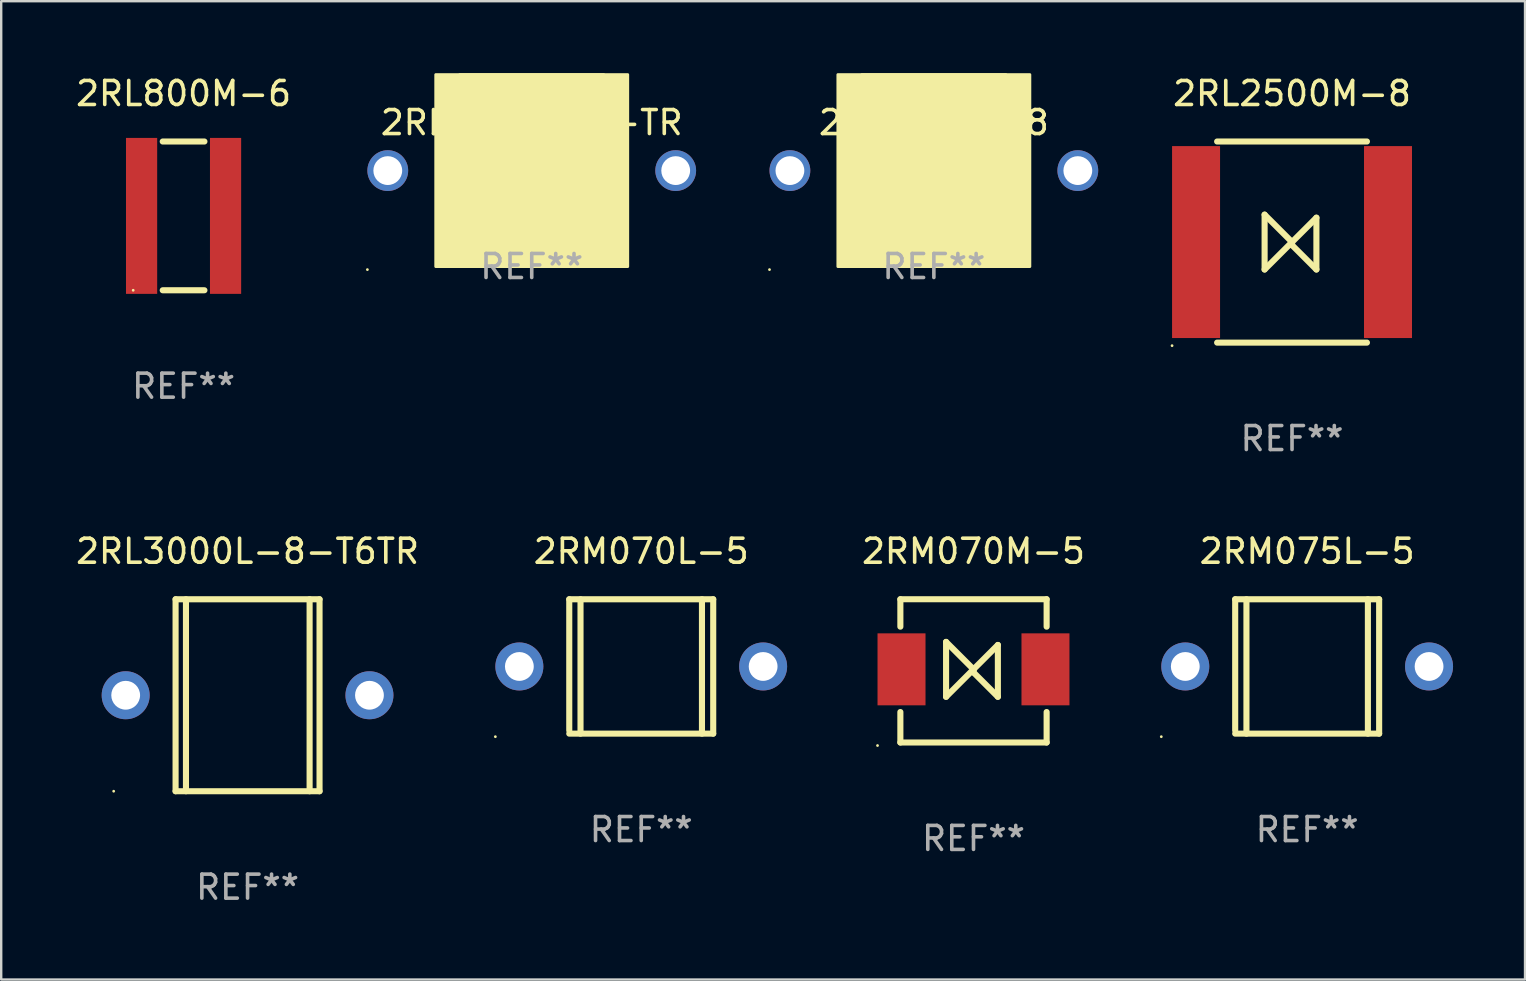
<source format=kicad_pcb>
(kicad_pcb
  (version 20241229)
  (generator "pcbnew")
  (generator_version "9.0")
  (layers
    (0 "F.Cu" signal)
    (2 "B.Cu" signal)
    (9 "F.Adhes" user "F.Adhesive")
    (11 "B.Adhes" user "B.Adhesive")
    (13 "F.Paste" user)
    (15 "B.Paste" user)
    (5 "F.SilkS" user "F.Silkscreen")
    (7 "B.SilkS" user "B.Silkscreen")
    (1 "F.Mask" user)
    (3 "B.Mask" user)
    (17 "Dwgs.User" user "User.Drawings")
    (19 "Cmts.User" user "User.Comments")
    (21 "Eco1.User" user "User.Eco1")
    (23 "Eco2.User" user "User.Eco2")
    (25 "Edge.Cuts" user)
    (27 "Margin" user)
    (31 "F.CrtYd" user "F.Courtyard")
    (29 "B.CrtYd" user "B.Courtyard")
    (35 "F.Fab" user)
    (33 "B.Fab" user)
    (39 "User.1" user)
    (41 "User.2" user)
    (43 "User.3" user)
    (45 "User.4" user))
  (footprint "2RL800M-6"
    (layer "F.Cu")
    (at 4.601 5.948)
    (property "Reference" "2RL800M-6" (at 0 -5.1 0) (layer "F.SilkS") (effects (font (size 1 1) (thickness 0.15))))
    (attr through_hole)
    (fp_line (start -0.869 -3.1) (end 0.869 -3.1) (stroke (width 0.254) (type solid)) (layer "F.SilkS"))
    (fp_line (start -0.869 3.1) (end 0.869 3.1) (stroke (width 0.254) (type solid)) (layer "F.SilkS"))
    (fp_circle (center -2.1 3.1) (end -2.07 3.1) (stroke (width 0.06) (type solid)) (fill no) (layer "F.SilkS"))
    (fp_text user "REF**" (at 0 7.1 0) (layer "F.Fab") (effects (font (size 1 1) (thickness 0.15))))
    (pad "1" smd rect (at -1.75 -0.000013) (size 1.3 6.5) (layers "F.Cu" "F.Mask" "F.Paste"))
    (pad "2" smd rect (at 1.75 -0.000013) (size 1.3 6.5) (layers "F.Cu" "F.Mask" "F.Paste")))
  (footprint "2RL2500L-8-TR"
    (layer "F.Cu")
    (at 19.112 4.06)
    (property "Reference" "2RL2500L-8-TR" (at 0 -2 0) (layer "F.SilkS") (effects (font (size 1 1) (thickness 0.15))))
    (attr through_hole)
    (fp_circle (center -6.85 4.127) (end -6.82 4.127) (stroke (width 0.06) (type solid)) (fill no) (layer "F.SilkS"))
    (fp_poly (pts (xy -4 -4) (xy 4 -4) (xy 4 4) (xy -4 4)) (stroke (width 0.12) (type solid)) (fill yes) (layer "F.SilkS"))
    (fp_poly (pts (xy -3 -4) (xy 3 -4) (xy 3 4) (xy -3 4)) (stroke (width 0.12) (type solid)) (fill yes) (layer "F.SilkS"))
    (fp_text user "REF**" (at 0 4 0) (layer "F.Fab") (effects (font (size 1 1) (thickness 0.15))))
    (pad "1" thru_hole circle (at -6 0) (size 1.7 1.7) (drill 1.2) (layers "*.Cu" "*.Mask"))
    (pad "2" thru_hole circle (at 6 0) (size 1.7 1.7) (drill 1.2) (layers "*.Cu" "*.Mask")))
  (footprint "2RM075L-5"
    (layer "F.Cu")
    (at 51.431 24.727)
    (property "Reference" "2RM075L-5" (at 0 -4.8 0) (layer "F.SilkS") (effects (font (size 1 1) (thickness 0.15))))
    (attr through_hole)
    (fp_line (start -3 -2.8) (end -3 2.667) (stroke (width 0.254) (type solid)) (layer "F.SilkS"))
    (fp_line (start -3 -2.8) (end 3 -2.8) (stroke (width 0.254) (type solid)) (layer "F.SilkS"))
    (fp_line (start -3 2.8) (end 3 2.8) (stroke (width 0.254) (type solid)) (layer "F.SilkS"))
    (fp_line (start -2.531 -2.8) (end -2.531 2.8) (stroke (width 0.254) (type solid)) (layer "F.SilkS"))
    (fp_line (start 2.531 -2.8) (end 2.531 2.8) (stroke (width 0.254) (type solid)) (layer "F.SilkS"))
    (fp_line (start 3 -2.8) (end 3 2.8) (stroke (width 0.254) (type solid)) (layer "F.SilkS"))
    (fp_circle (center -6.08 2.927) (end -6.05 2.927) (stroke (width 0.06) (type solid)) (fill no) (layer "F.SilkS"))
    (fp_text user "REF**" (at 0 6.8 0) (layer "F.Fab") (effects (font (size 1 1) (thickness 0.15))))
    (pad "1" thru_hole circle (at -5.08 0) (size 2 2) (drill 1.2) (layers "*.Cu" "*.Mask"))
    (pad "2" thru_hole circle (at 5.08 0) (size 2 2) (drill 1.2) (layers "*.Cu" "*.Mask")))
  (footprint "2RL2500M-8"
    (layer "F.Cu")
    (at 50.8 7.039)
    (property "Reference" "2RL2500M-8" (at 0 -6.191 0) (layer "F.SilkS") (effects (font (size 1 1) (thickness 0.15))))
    (attr through_hole)
    (fp_line (start -3.122 -4.191) (end 3.122 -4.191) (stroke (width 0.254) (type solid)) (layer "F.SilkS"))
    (fp_line (start -3.122 4.191) (end 3.122 4.191) (stroke (width 0.254) (type solid)) (layer "F.SilkS"))
    (fp_line (start -1.143 1.143) (end -1.143 -1.143) (stroke (width 0.254) (type solid)) (layer "F.SilkS"))
    (fp_line (start 0 0) (end -1.143 -1.143) (stroke (width 0.254) (type solid)) (layer "F.SilkS"))
    (fp_line (start 0 0) (end -1.143 1.143) (stroke (width 0.254) (type solid)) (layer "F.SilkS"))
    (fp_line (start 0 0) (end 0 0.127) (stroke (width 0.254) (type solid)) (layer "F.SilkS"))
    (fp_line (start 0 0) (end 1.016 -1.016) (stroke (width 0.254) (type solid)) (layer "F.SilkS"))
    (fp_line (start 0 0.127) (end 1.016 1.143) (stroke (width 0.254) (type solid)) (layer "F.SilkS"))
    (fp_line (start 1.016 1.143) (end 1.016 -1.016) (stroke (width 0.254) (type solid)) (layer "F.SilkS"))
    (fp_circle (center -5 4.318) (end -4.97 4.318) (stroke (width 0.06) (type solid)) (fill no) (layer "F.SilkS"))
    (fp_text user "REF**" (at 0 8.191 0) (layer "F.Fab") (effects (font (size 1 1) (thickness 0.15))))
    (pad "1" smd rect (at -4 0) (size 2 8) (layers "F.Cu" "F.Mask" "F.Paste"))
    (pad "2" smd rect (at 4 0) (size 2 8) (layers "F.Cu" "F.Mask" "F.Paste")))
  (footprint "2RM070M-5"
    (layer "F.Cu")
    (at 37.524 24.911)
    (property "Reference" "2RM070M-5" (at 0 -4.985 0) (layer "F.SilkS") (effects (font (size 1 1) (thickness 0.15))))
    (attr through_hole)
    (fp_line (start -3.048 -2.985) (end 3.048 -2.985) (stroke (width 0.254) (type solid)) (layer "F.SilkS"))
    (fp_line (start -3.048 -1.842) (end -3.048 -2.985) (stroke (width 0.254) (type solid)) (layer "F.SilkS"))
    (fp_line (start -3.048 1.715) (end -3.048 2.985) (stroke (width 0.254) (type solid)) (layer "F.SilkS"))
    (fp_line (start -3.048 2.985) (end 3.048 2.985) (stroke (width 0.254) (type solid)) (layer "F.SilkS"))
    (fp_line (start -1.143 1.08) (end -1.143 -1.207) (stroke (width 0.254) (type solid)) (layer "F.SilkS"))
    (fp_line (start 0 -0.064) (end -1.143 -1.207) (stroke (width 0.254) (type solid)) (layer "F.SilkS"))
    (fp_line (start 0 -0.064) (end -1.143 1.08) (stroke (width 0.254) (type solid)) (layer "F.SilkS"))
    (fp_line (start 0 -0.064) (end 0 0.064) (stroke (width 0.254) (type solid)) (layer "F.SilkS"))
    (fp_line (start 0 -0.064) (end 1.016 -1.08) (stroke (width 0.254) (type solid)) (layer "F.SilkS"))
    (fp_line (start 0 0.064) (end 1.016 1.08) (stroke (width 0.254) (type solid)) (layer "F.SilkS"))
    (fp_line (start 1.016 1.08) (end 1.016 -1.08) (stroke (width 0.254) (type solid)) (layer "F.SilkS"))
    (fp_line (start 3.048 -2.985) (end 3.048 -1.842) (stroke (width 0.254) (type solid)) (layer "F.SilkS"))
    (fp_line (start 3.048 2.985) (end 3.048 1.715) (stroke (width 0.254) (type solid)) (layer "F.SilkS"))
    (fp_circle (center -4 3.112) (end -3.97 3.112) (stroke (width 0.06) (type solid)) (fill no) (layer "F.SilkS"))
    (fp_text user "REF**" (at 0 6.985 0) (layer "F.Fab") (effects (font (size 1 1) (thickness 0.15))))
    (pad "1" smd rect (at -3 -0.064) (size 2 3) (layers "F.Cu" "F.Mask" "F.Paste"))
    (pad "2" smd rect (at 3 -0.064) (size 2 3) (layers "F.Cu" "F.Mask" "F.Paste")))
  (footprint "2RL2500L-8"
    (layer "F.Cu")
    (at 35.872 4.06)
    (property "Reference" "2RL2500L-8" (at 0 -2 0) (layer "F.SilkS") (effects (font (size 1 1) (thickness 0.15))))
    (attr through_hole)
    (fp_circle (center -6.85 4.127) (end -6.82 4.127) (stroke (width 0.06) (type solid)) (fill no) (layer "F.SilkS"))
    (fp_poly (pts (xy -4 -4) (xy 4 -4) (xy 4 4) (xy -4 4)) (stroke (width 0.12) (type solid)) (fill yes) (layer "F.SilkS"))
    (fp_poly (pts (xy -3 -4) (xy 3 -4) (xy 3 4) (xy -3 4)) (stroke (width 0.12) (type solid)) (fill yes) (layer "F.SilkS"))
    (fp_text user "REF**" (at 0 4 0) (layer "F.Fab") (effects (font (size 1 1) (thickness 0.15))))
    (pad "1" thru_hole circle (at -6 0) (size 1.7 1.7) (drill 1.2) (layers "*.Cu" "*.Mask"))
    (pad "2" thru_hole circle (at 6 0) (size 1.7 1.7) (drill 1.2) (layers "*.Cu" "*.Mask")))
  (footprint "2RM070L-5"
    (layer "F.Cu")
    (at 23.676 24.727)
    (property "Reference" "2RM070L-5" (at 0 -4.8 0) (layer "F.SilkS") (effects (font (size 1 1) (thickness 0.15))))
    (attr through_hole)
    (fp_line (start -3 -2.8) (end -3 2.667) (stroke (width 0.254) (type solid)) (layer "F.SilkS"))
    (fp_line (start -3 -2.8) (end 3 -2.8) (stroke (width 0.254) (type solid)) (layer "F.SilkS"))
    (fp_line (start -3 2.8) (end 3 2.8) (stroke (width 0.254) (type solid)) (layer "F.SilkS"))
    (fp_line (start -2.531 -2.8) (end -2.531 2.8) (stroke (width 0.254) (type solid)) (layer "F.SilkS"))
    (fp_line (start 2.531 -2.8) (end 2.531 2.8) (stroke (width 0.254) (type solid)) (layer "F.SilkS"))
    (fp_line (start 3 -2.8) (end 3 2.8) (stroke (width 0.254) (type solid)) (layer "F.SilkS"))
    (fp_circle (center -6.08 2.927) (end -6.05 2.927) (stroke (width 0.06) (type solid)) (fill no) (layer "F.SilkS"))
    (fp_text user "REF**" (at 0 6.8 0) (layer "F.Fab") (effects (font (size 1 1) (thickness 0.15))))
    (pad "1" thru_hole circle (at -5.08 0) (size 2 2) (drill 1.2) (layers "*.Cu" "*.Mask"))
    (pad "2" thru_hole circle (at 5.08 0) (size 2 2) (drill 1.2) (layers "*.Cu" "*.Mask")))
  (footprint "2RL3000L-8-T6TR"
    (layer "F.Cu")
    (at 7.268 25.927)
    (property "Reference" "2RL3000L-8-T6TR" (at 0 -6 0) (layer "F.SilkS") (effects (font (size 1 1) (thickness 0.15))))
    (attr through_hole)
    (fp_line (start -3 -4) (end -3 4) (stroke (width 0.254) (type solid)) (layer "F.SilkS"))
    (fp_line (start -3 -4) (end 3 -4) (stroke (width 0.254) (type solid)) (layer "F.SilkS"))
    (fp_line (start -3 4) (end 3 4) (stroke (width 0.254) (type solid)) (layer "F.SilkS"))
    (fp_line (start -2.567 -4) (end -2.567 4) (stroke (width 0.254) (type solid)) (layer "F.SilkS"))
    (fp_line (start 2.586 -4) (end 2.586 4) (stroke (width 0.254) (type solid)) (layer "F.SilkS"))
    (fp_line (start 3 -4) (end 3 4) (stroke (width 0.254) (type solid)) (layer "F.SilkS"))
    (fp_circle (center -5.58 4) (end -5.55 4) (stroke (width 0.06) (type solid)) (fill no) (layer "F.SilkS"))
    (fp_text user "REF**" (at 0 8 0) (layer "F.Fab") (effects (font (size 1 1) (thickness 0.15))))
    (pad "1" thru_hole circle (at -5.08 0) (size 2 2) (drill 1.2) (layers "*.Cu" "*.Mask"))
    (pad "2" thru_hole circle (at 5.08 0) (size 2 2) (drill 1.2) (layers "*.Cu" "*.Mask")))
  (gr_rect
    (start -3 -3)
    (end 60.511 37.775)
    (stroke (width 0.1) (type default))
    (fill no)
    (layer "Edge.Cuts")))
</source>
